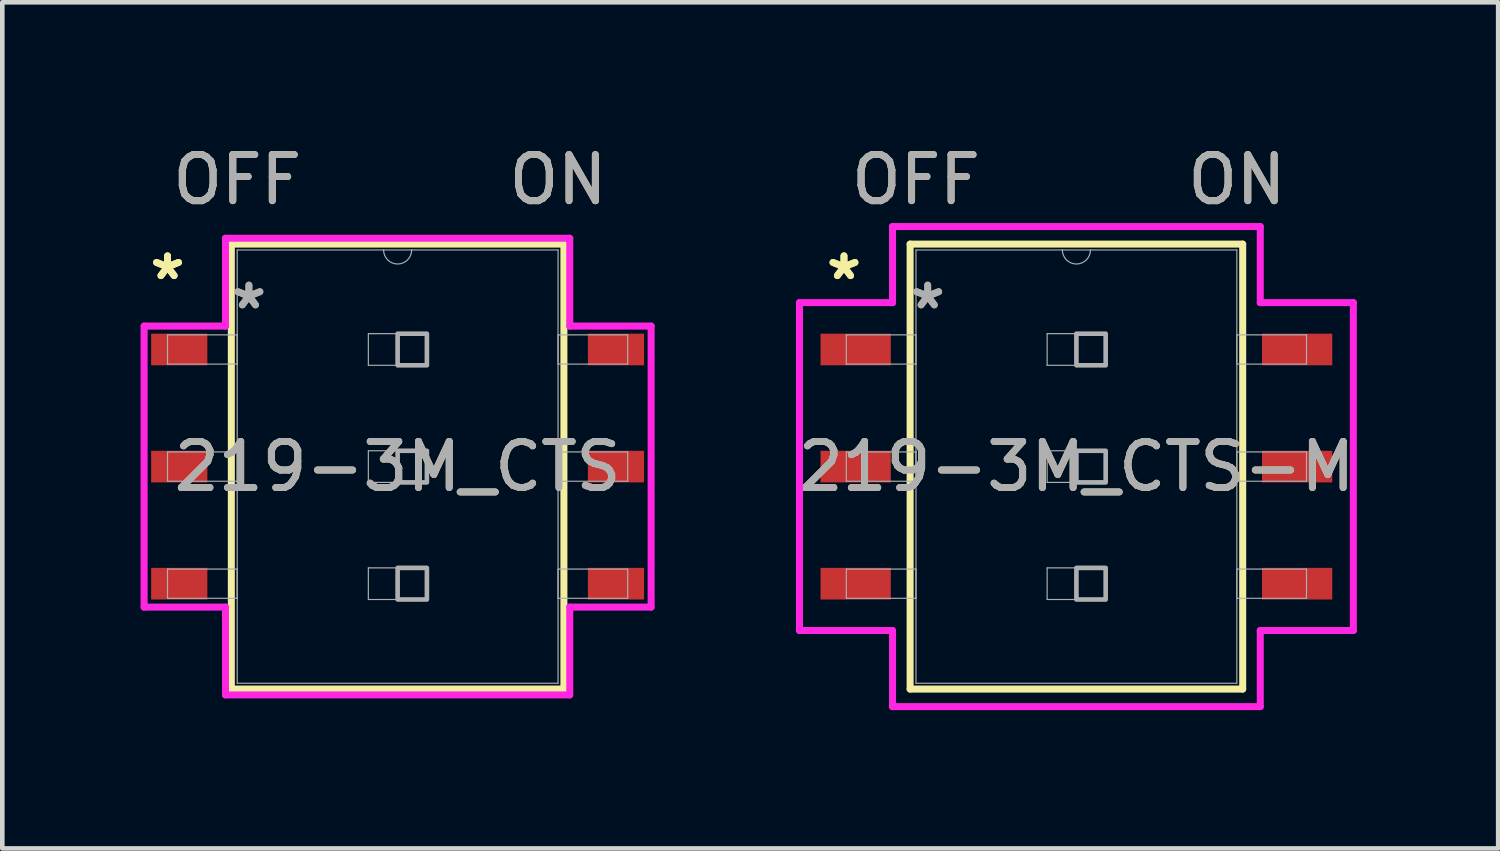
<source format=kicad_pcb>
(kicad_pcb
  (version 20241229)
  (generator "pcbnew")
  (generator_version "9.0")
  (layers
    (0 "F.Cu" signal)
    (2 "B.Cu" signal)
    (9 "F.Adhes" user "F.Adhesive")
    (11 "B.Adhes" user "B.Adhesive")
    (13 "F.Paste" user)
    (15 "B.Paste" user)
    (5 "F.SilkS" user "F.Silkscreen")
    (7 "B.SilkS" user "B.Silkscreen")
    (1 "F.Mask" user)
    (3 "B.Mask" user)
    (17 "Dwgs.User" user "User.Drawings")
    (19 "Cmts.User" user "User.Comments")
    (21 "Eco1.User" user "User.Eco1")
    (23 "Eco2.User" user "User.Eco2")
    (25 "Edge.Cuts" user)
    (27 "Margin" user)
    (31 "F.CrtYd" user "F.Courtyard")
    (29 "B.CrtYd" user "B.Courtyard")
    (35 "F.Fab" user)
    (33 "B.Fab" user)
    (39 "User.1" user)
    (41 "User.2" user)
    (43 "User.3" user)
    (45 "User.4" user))
  (footprint "219-3M_CTS"
    (layer "F.Cu")
    (at 5.575 7.071)
    (property "Reference" "219-3M_CTS" (at 0 0 0) (unlocked yes) (layer "F.SilkS") (effects (font (size 1 1) (thickness 0.15))))
    (attr smd)
    (fp_line (start -3.607 -4.826) (end -3.607 4.826) (stroke (width 0.152) (type solid)) (layer "F.SilkS"))
    (fp_line (start -3.607 4.826) (end 3.607 4.826) (stroke (width 0.152) (type solid)) (layer "F.SilkS"))
    (fp_line (start 3.607 -4.826) (end -3.607 -4.826) (stroke (width 0.152) (type solid)) (layer "F.SilkS"))
    (fp_line (start 3.607 4.826) (end 3.607 -4.826) (stroke (width 0.152) (type solid)) (layer "F.SilkS"))
    (fp_line (start -5.499 -3.048) (end -3.734 -3.048) (stroke (width 0.152) (type solid)) (layer "F.CrtYd"))
    (fp_line (start -5.499 3.048) (end -5.499 -3.048) (stroke (width 0.152) (type solid)) (layer "F.CrtYd"))
    (fp_line (start -3.734 -4.953) (end 3.734 -4.953) (stroke (width 0.152) (type solid)) (layer "F.CrtYd"))
    (fp_line (start -3.734 -3.048) (end -3.734 -4.953) (stroke (width 0.152) (type solid)) (layer "F.CrtYd"))
    (fp_line (start -3.734 3.048) (end -5.499 3.048) (stroke (width 0.152) (type solid)) (layer "F.CrtYd"))
    (fp_line (start -3.734 4.953) (end -3.734 3.048) (stroke (width 0.152) (type solid)) (layer "F.CrtYd"))
    (fp_line (start 3.734 -4.953) (end 3.734 -3.048) (stroke (width 0.152) (type solid)) (layer "F.CrtYd"))
    (fp_line (start 3.734 -3.048) (end 5.499 -3.048) (stroke (width 0.152) (type solid)) (layer "F.CrtYd"))
    (fp_line (start 3.734 3.048) (end 3.734 4.953) (stroke (width 0.152) (type solid)) (layer "F.CrtYd"))
    (fp_line (start 3.734 4.953) (end -3.734 4.953) (stroke (width 0.152) (type solid)) (layer "F.CrtYd"))
    (fp_line (start 5.499 -3.048) (end 5.499 3.048) (stroke (width 0.152) (type solid)) (layer "F.CrtYd"))
    (fp_line (start 5.499 3.048) (end 3.734 3.048) (stroke (width 0.152) (type solid)) (layer "F.CrtYd"))
    (fp_line (start -4.991 -2.857) (end -4.991 -2.223) (stroke (width 0.025) (type solid)) (layer "F.Fab"))
    (fp_line (start -4.991 -2.223) (end -3.48 -2.223) (stroke (width 0.025) (type solid)) (layer "F.Fab"))
    (fp_line (start -4.991 -0.318) (end -4.991 0.318) (stroke (width 0.025) (type solid)) (layer "F.Fab"))
    (fp_line (start -4.991 0.318) (end -3.48 0.318) (stroke (width 0.025) (type solid)) (layer "F.Fab"))
    (fp_line (start -4.991 2.223) (end -4.991 2.857) (stroke (width 0.025) (type solid)) (layer "F.Fab"))
    (fp_line (start -4.991 2.857) (end -3.48 2.857) (stroke (width 0.025) (type solid)) (layer "F.Fab"))
    (fp_line (start -3.48 -4.699) (end -3.48 4.699) (stroke (width 0.025) (type solid)) (layer "F.Fab"))
    (fp_line (start -3.48 -2.857) (end -4.991 -2.857) (stroke (width 0.025) (type solid)) (layer "F.Fab"))
    (fp_line (start -3.48 -2.223) (end -3.48 -2.857) (stroke (width 0.025) (type solid)) (layer "F.Fab"))
    (fp_line (start -3.48 -0.318) (end -4.991 -0.318) (stroke (width 0.025) (type solid)) (layer "F.Fab"))
    (fp_line (start -3.48 0.318) (end -3.48 -0.318) (stroke (width 0.025) (type solid)) (layer "F.Fab"))
    (fp_line (start -3.48 2.223) (end -4.991 2.223) (stroke (width 0.025) (type solid)) (layer "F.Fab"))
    (fp_line (start -3.48 2.857) (end -3.48 2.223) (stroke (width 0.025) (type solid)) (layer "F.Fab"))
    (fp_line (start -3.48 4.699) (end 3.48 4.699) (stroke (width 0.025) (type solid)) (layer "F.Fab"))
    (fp_line (start -0.635 -2.883) (end 0.635 -2.883) (stroke (width 0.025) (type solid)) (layer "F.Fab"))
    (fp_line (start -0.635 -2.197) (end -0.635 -2.883) (stroke (width 0.025) (type solid)) (layer "F.Fab"))
    (fp_line (start -0.635 -0.343) (end 0.635 -0.343) (stroke (width 0.025) (type solid)) (layer "F.Fab"))
    (fp_line (start -0.635 0.343) (end -0.635 -0.343) (stroke (width 0.025) (type solid)) (layer "F.Fab"))
    (fp_line (start -0.635 2.197) (end 0.635 2.197) (stroke (width 0.025) (type solid)) (layer "F.Fab"))
    (fp_line (start -0.635 2.883) (end -0.635 2.197) (stroke (width 0.025) (type solid)) (layer "F.Fab"))
    (fp_line (start 0.635 -2.883) (end 0.635 -2.197) (stroke (width 0.025) (type solid)) (layer "F.Fab"))
    (fp_line (start 0.635 -2.197) (end -0.635 -2.197) (stroke (width 0.025) (type solid)) (layer "F.Fab"))
    (fp_line (start 0.635 -0.343) (end 0.635 0.343) (stroke (width 0.025) (type solid)) (layer "F.Fab"))
    (fp_line (start 0.635 0.343) (end -0.635 0.343) (stroke (width 0.025) (type solid)) (layer "F.Fab"))
    (fp_line (start 0.635 2.197) (end 0.635 2.883) (stroke (width 0.025) (type solid)) (layer "F.Fab"))
    (fp_line (start 0.635 2.883) (end -0.635 2.883) (stroke (width 0.025) (type solid)) (layer "F.Fab"))
    (fp_line (start 3.48 -4.699) (end -3.48 -4.699) (stroke (width 0.025) (type solid)) (layer "F.Fab"))
    (fp_line (start 3.48 -2.857) (end 3.48 -2.223) (stroke (width 0.025) (type solid)) (layer "F.Fab"))
    (fp_line (start 3.48 -2.223) (end 4.991 -2.223) (stroke (width 0.025) (type solid)) (layer "F.Fab"))
    (fp_line (start 3.48 -0.318) (end 3.48 0.318) (stroke (width 0.025) (type solid)) (layer "F.Fab"))
    (fp_line (start 3.48 0.318) (end 4.991 0.318) (stroke (width 0.025) (type solid)) (layer "F.Fab"))
    (fp_line (start 3.48 2.223) (end 3.48 2.857) (stroke (width 0.025) (type solid)) (layer "F.Fab"))
    (fp_line (start 3.48 2.857) (end 4.991 2.857) (stroke (width 0.025) (type solid)) (layer "F.Fab"))
    (fp_line (start 3.48 4.699) (end 3.48 -4.699) (stroke (width 0.025) (type solid)) (layer "F.Fab"))
    (fp_line (start 4.991 -2.857) (end 3.48 -2.857) (stroke (width 0.025) (type solid)) (layer "F.Fab"))
    (fp_line (start 4.991 -2.223) (end 4.991 -2.857) (stroke (width 0.025) (type solid)) (layer "F.Fab"))
    (fp_line (start 4.991 -0.318) (end 3.48 -0.318) (stroke (width 0.025) (type solid)) (layer "F.Fab"))
    (fp_line (start 4.991 0.318) (end 4.991 -0.318) (stroke (width 0.025) (type solid)) (layer "F.Fab"))
    (fp_line (start 4.991 2.223) (end 3.48 2.223) (stroke (width 0.025) (type solid)) (layer "F.Fab"))
    (fp_line (start 4.991 2.857) (end 4.991 2.223) (stroke (width 0.025) (type solid)) (layer "F.Fab"))
    (fp_arc (start 0.3048 -4.699) (mid 0 -4.3942) (end -0.3048 -4.699) (stroke (width 0.0254) (type solid)) (layer "F.Fab"))
    (fp_poly (pts (xy 0 -2.883) (xy 0.635 -2.883) (xy 0.635 -2.197) (xy 0 -2.197)) (stroke (width 0.1) (type solid)) (fill no) (layer "F.Fab"))
    (fp_poly (pts (xy 0 -0.343) (xy 0.635 -0.343) (xy 0.635 0.343) (xy 0 0.343)) (stroke (width 0.1) (type solid)) (fill no) (layer "F.Fab"))
    (fp_poly (pts (xy 0 2.197) (xy 0.635 2.197) (xy 0.635 2.883) (xy 0 2.883)) (stroke (width 0.1) (type solid)) (fill no) (layer "F.Fab"))
    (fp_text user "OFF" (at -3.48 -6.223 0) (unlocked yes) (layer "F.SilkS") (effects (font (size 1 1) (thickness 0.15))))
    (fp_text user "*" (at -4.991 -4.026 0) (layer "F.SilkS") (effects (font (size 1 1) (thickness 0.15))))
    (fp_text user "*" (at -4.991 -4.026 0) (unlocked yes) (layer "F.SilkS") (effects (font (size 1 1) (thickness 0.15))))
    (fp_text user "ON" (at 3.48 -6.223 0) (unlocked yes) (layer "F.SilkS") (effects (font (size 1 1) (thickness 0.15))))
    (fp_text user "${REFERENCE}" (at 0 0 0) (unlocked yes) (layer "F.Fab") (effects (font (size 1 1) (thickness 0.15))))
    (fp_text user "*" (at -3.226 -3.391 0) (layer "F.Fab") (effects (font (size 1 1) (thickness 0.15))))
    (fp_text user "OFF" (at -3.48 -6.223 0) (unlocked yes) (layer "F.Fab") (effects (font (size 1 1) (thickness 0.15))))
    (fp_text user "ON" (at 3.48 -6.223 0) (unlocked yes) (layer "F.Fab") (effects (font (size 1 1) (thickness 0.15))))
    (fp_text user "*" (at -3.226 -3.391 0) (unlocked yes) (layer "F.Fab") (effects (font (size 1 1) (thickness 0.15))))
    (pad "1" smd rect (at -4.737 -2.54) (size 1.219 0.686) (layers "F.Cu" "F.Mask" "F.Paste"))
    (pad "2" smd rect (at -4.737 0) (size 1.219 0.686) (layers "F.Cu" "F.Mask" "F.Paste"))
    (pad "3" smd rect (at -4.737 2.54) (size 1.219 0.686) (layers "F.Cu" "F.Mask" "F.Paste"))
    (pad "4" smd rect (at 4.737 2.54) (size 1.219 0.686) (layers "F.Cu" "F.Mask" "F.Paste"))
    (pad "5" smd rect (at 4.737 0) (size 1.219 0.686) (layers "F.Cu" "F.Mask" "F.Paste"))
    (pad "6" smd rect (at 4.737 -2.54) (size 1.219 0.686) (layers "F.Cu" "F.Mask" "F.Paste")))
  (footprint "219-3M_CTS-M"
    (layer "F.Cu")
    (at 20.299 7.071)
    (property "Reference" "219-3M_CTS-M" (at 0 0 0) (unlocked yes) (layer "F.SilkS") (effects (font (size 1 1) (thickness 0.15))))
    (attr smd)
    (fp_line (start -3.607 -4.826) (end -3.607 4.826) (stroke (width 0.152) (type solid)) (layer "F.SilkS"))
    (fp_line (start -3.607 4.826) (end 3.607 4.826) (stroke (width 0.152) (type solid)) (layer "F.SilkS"))
    (fp_line (start 3.607 -4.826) (end -3.607 -4.826) (stroke (width 0.152) (type solid)) (layer "F.SilkS"))
    (fp_line (start 3.607 4.826) (end 3.607 -4.826) (stroke (width 0.152) (type solid)) (layer "F.SilkS"))
    (fp_line (start -6.007 -3.556) (end -3.988 -3.556) (stroke (width 0.152) (type solid)) (layer "F.CrtYd"))
    (fp_line (start -6.007 3.556) (end -6.007 -3.556) (stroke (width 0.152) (type solid)) (layer "F.CrtYd"))
    (fp_line (start -3.988 -5.207) (end 3.988 -5.207) (stroke (width 0.152) (type solid)) (layer "F.CrtYd"))
    (fp_line (start -3.988 -3.556) (end -3.988 -5.207) (stroke (width 0.152) (type solid)) (layer "F.CrtYd"))
    (fp_line (start -3.988 3.556) (end -6.007 3.556) (stroke (width 0.152) (type solid)) (layer "F.CrtYd"))
    (fp_line (start -3.988 5.207) (end -3.988 3.556) (stroke (width 0.152) (type solid)) (layer "F.CrtYd"))
    (fp_line (start 3.988 -5.207) (end 3.988 -3.556) (stroke (width 0.152) (type solid)) (layer "F.CrtYd"))
    (fp_line (start 3.988 -3.556) (end 6.007 -3.556) (stroke (width 0.152) (type solid)) (layer "F.CrtYd"))
    (fp_line (start 3.988 3.556) (end 3.988 5.207) (stroke (width 0.152) (type solid)) (layer "F.CrtYd"))
    (fp_line (start 3.988 5.207) (end -3.988 5.207) (stroke (width 0.152) (type solid)) (layer "F.CrtYd"))
    (fp_line (start 6.007 -3.556) (end 6.007 3.556) (stroke (width 0.152) (type solid)) (layer "F.CrtYd"))
    (fp_line (start 6.007 3.556) (end 3.988 3.556) (stroke (width 0.152) (type solid)) (layer "F.CrtYd"))
    (fp_line (start -4.991 -2.857) (end -4.991 -2.223) (stroke (width 0.025) (type solid)) (layer "F.Fab"))
    (fp_line (start -4.991 -2.223) (end -3.48 -2.223) (stroke (width 0.025) (type solid)) (layer "F.Fab"))
    (fp_line (start -4.991 -0.318) (end -4.991 0.318) (stroke (width 0.025) (type solid)) (layer "F.Fab"))
    (fp_line (start -4.991 0.318) (end -3.48 0.318) (stroke (width 0.025) (type solid)) (layer "F.Fab"))
    (fp_line (start -4.991 2.223) (end -4.991 2.857) (stroke (width 0.025) (type solid)) (layer "F.Fab"))
    (fp_line (start -4.991 2.857) (end -3.48 2.857) (stroke (width 0.025) (type solid)) (layer "F.Fab"))
    (fp_line (start -3.48 -4.699) (end -3.48 4.699) (stroke (width 0.025) (type solid)) (layer "F.Fab"))
    (fp_line (start -3.48 -2.857) (end -4.991 -2.857) (stroke (width 0.025) (type solid)) (layer "F.Fab"))
    (fp_line (start -3.48 -2.223) (end -3.48 -2.857) (stroke (width 0.025) (type solid)) (layer "F.Fab"))
    (fp_line (start -3.48 -0.318) (end -4.991 -0.318) (stroke (width 0.025) (type solid)) (layer "F.Fab"))
    (fp_line (start -3.48 0.318) (end -3.48 -0.318) (stroke (width 0.025) (type solid)) (layer "F.Fab"))
    (fp_line (start -3.48 2.223) (end -4.991 2.223) (stroke (width 0.025) (type solid)) (layer "F.Fab"))
    (fp_line (start -3.48 2.857) (end -3.48 2.223) (stroke (width 0.025) (type solid)) (layer "F.Fab"))
    (fp_line (start -3.48 4.699) (end 3.48 4.699) (stroke (width 0.025) (type solid)) (layer "F.Fab"))
    (fp_line (start -0.635 -2.883) (end 0.635 -2.883) (stroke (width 0.025) (type solid)) (layer "F.Fab"))
    (fp_line (start -0.635 -2.197) (end -0.635 -2.883) (stroke (width 0.025) (type solid)) (layer "F.Fab"))
    (fp_line (start -0.635 -0.343) (end 0.635 -0.343) (stroke (width 0.025) (type solid)) (layer "F.Fab"))
    (fp_line (start -0.635 0.343) (end -0.635 -0.343) (stroke (width 0.025) (type solid)) (layer "F.Fab"))
    (fp_line (start -0.635 2.197) (end 0.635 2.197) (stroke (width 0.025) (type solid)) (layer "F.Fab"))
    (fp_line (start -0.635 2.883) (end -0.635 2.197) (stroke (width 0.025) (type solid)) (layer "F.Fab"))
    (fp_line (start 0.635 -2.883) (end 0.635 -2.197) (stroke (width 0.025) (type solid)) (layer "F.Fab"))
    (fp_line (start 0.635 -2.197) (end -0.635 -2.197) (stroke (width 0.025) (type solid)) (layer "F.Fab"))
    (fp_line (start 0.635 -0.343) (end 0.635 0.343) (stroke (width 0.025) (type solid)) (layer "F.Fab"))
    (fp_line (start 0.635 0.343) (end -0.635 0.343) (stroke (width 0.025) (type solid)) (layer "F.Fab"))
    (fp_line (start 0.635 2.197) (end 0.635 2.883) (stroke (width 0.025) (type solid)) (layer "F.Fab"))
    (fp_line (start 0.635 2.883) (end -0.635 2.883) (stroke (width 0.025) (type solid)) (layer "F.Fab"))
    (fp_line (start 3.48 -4.699) (end -3.48 -4.699) (stroke (width 0.025) (type solid)) (layer "F.Fab"))
    (fp_line (start 3.48 -2.857) (end 3.48 -2.223) (stroke (width 0.025) (type solid)) (layer "F.Fab"))
    (fp_line (start 3.48 -2.223) (end 4.991 -2.223) (stroke (width 0.025) (type solid)) (layer "F.Fab"))
    (fp_line (start 3.48 -0.318) (end 3.48 0.318) (stroke (width 0.025) (type solid)) (layer "F.Fab"))
    (fp_line (start 3.48 0.318) (end 4.991 0.318) (stroke (width 0.025) (type solid)) (layer "F.Fab"))
    (fp_line (start 3.48 2.223) (end 3.48 2.857) (stroke (width 0.025) (type solid)) (layer "F.Fab"))
    (fp_line (start 3.48 2.857) (end 4.991 2.857) (stroke (width 0.025) (type solid)) (layer "F.Fab"))
    (fp_line (start 3.48 4.699) (end 3.48 -4.699) (stroke (width 0.025) (type solid)) (layer "F.Fab"))
    (fp_line (start 4.991 -2.857) (end 3.48 -2.857) (stroke (width 0.025) (type solid)) (layer "F.Fab"))
    (fp_line (start 4.991 -2.223) (end 4.991 -2.857) (stroke (width 0.025) (type solid)) (layer "F.Fab"))
    (fp_line (start 4.991 -0.318) (end 3.48 -0.318) (stroke (width 0.025) (type solid)) (layer "F.Fab"))
    (fp_line (start 4.991 0.318) (end 4.991 -0.318) (stroke (width 0.025) (type solid)) (layer "F.Fab"))
    (fp_line (start 4.991 2.223) (end 3.48 2.223) (stroke (width 0.025) (type solid)) (layer "F.Fab"))
    (fp_line (start 4.991 2.857) (end 4.991 2.223) (stroke (width 0.025) (type solid)) (layer "F.Fab"))
    (fp_arc (start 0.3048 -4.699) (mid 0 -4.3942) (end -0.3048 -4.699) (stroke (width 0.0254) (type solid)) (layer "F.Fab"))
    (fp_poly (pts (xy 0 -2.883) (xy 0.635 -2.883) (xy 0.635 -2.197) (xy 0 -2.197)) (stroke (width 0.1) (type solid)) (fill no) (layer "F.Fab"))
    (fp_poly (pts (xy 0 -0.343) (xy 0.635 -0.343) (xy 0.635 0.343) (xy 0 0.343)) (stroke (width 0.1) (type solid)) (fill no) (layer "F.Fab"))
    (fp_poly (pts (xy 0 2.197) (xy 0.635 2.197) (xy 0.635 2.883) (xy 0 2.883)) (stroke (width 0.1) (type solid)) (fill no) (layer "F.Fab"))
    (fp_text user "ON" (at 3.48 -6.223 0) (unlocked yes) (layer "F.SilkS") (effects (font (size 1 1) (thickness 0.15))))
    (fp_text user "*" (at -5.042 -4.026 0) (unlocked yes) (layer "F.SilkS") (effects (font (size 1 1) (thickness 0.15))))
    (fp_text user "OFF" (at -3.48 -6.223 0) (unlocked yes) (layer "F.SilkS") (effects (font (size 1 1) (thickness 0.15))))
    (fp_text user "*" (at -5.042 -4.026 0) (layer "F.SilkS") (effects (font (size 1 1) (thickness 0.15))))
    (fp_text user "ON" (at 3.48 -6.223 0) (unlocked yes) (layer "F.Fab") (effects (font (size 1 1) (thickness 0.15))))
    (fp_text user "${REFERENCE}" (at 0 0 0) (unlocked yes) (layer "F.Fab") (effects (font (size 1 1) (thickness 0.15))))
    (fp_text user "*" (at -3.226 -3.391 0) (layer "F.Fab") (effects (font (size 1 1) (thickness 0.15))))
    (fp_text user "*" (at -3.226 -3.391 0) (unlocked yes) (layer "F.Fab") (effects (font (size 1 1) (thickness 0.15))))
    (fp_text user "OFF" (at -3.48 -6.223 0) (unlocked yes) (layer "F.Fab") (effects (font (size 1 1) (thickness 0.15))))
    (pad "1" smd rect (at -4.788 -2.54) (size 1.524 0.686) (layers "F.Cu" "F.Mask" "F.Paste"))
    (pad "2" smd rect (at -4.788 0) (size 1.524 0.686) (layers "F.Cu" "F.Mask" "F.Paste"))
    (pad "3" smd rect (at -4.788 2.54) (size 1.524 0.686) (layers "F.Cu" "F.Mask" "F.Paste"))
    (pad "4" smd rect (at 4.788 2.54) (size 1.524 0.686) (layers "F.Cu" "F.Mask" "F.Paste"))
    (pad "5" smd rect (at 4.788 0) (size 1.524 0.686) (layers "F.Cu" "F.Mask" "F.Paste"))
    (pad "6" smd rect (at 4.788 -2.54) (size 1.524 0.686) (layers "F.Cu" "F.Mask" "F.Paste")))
  (gr_rect
    (start -3 -3)
    (end 29.448 15.354)
    (stroke (width 0.1) (type default))
    (fill no)
    (layer "Edge.Cuts")))
</source>
